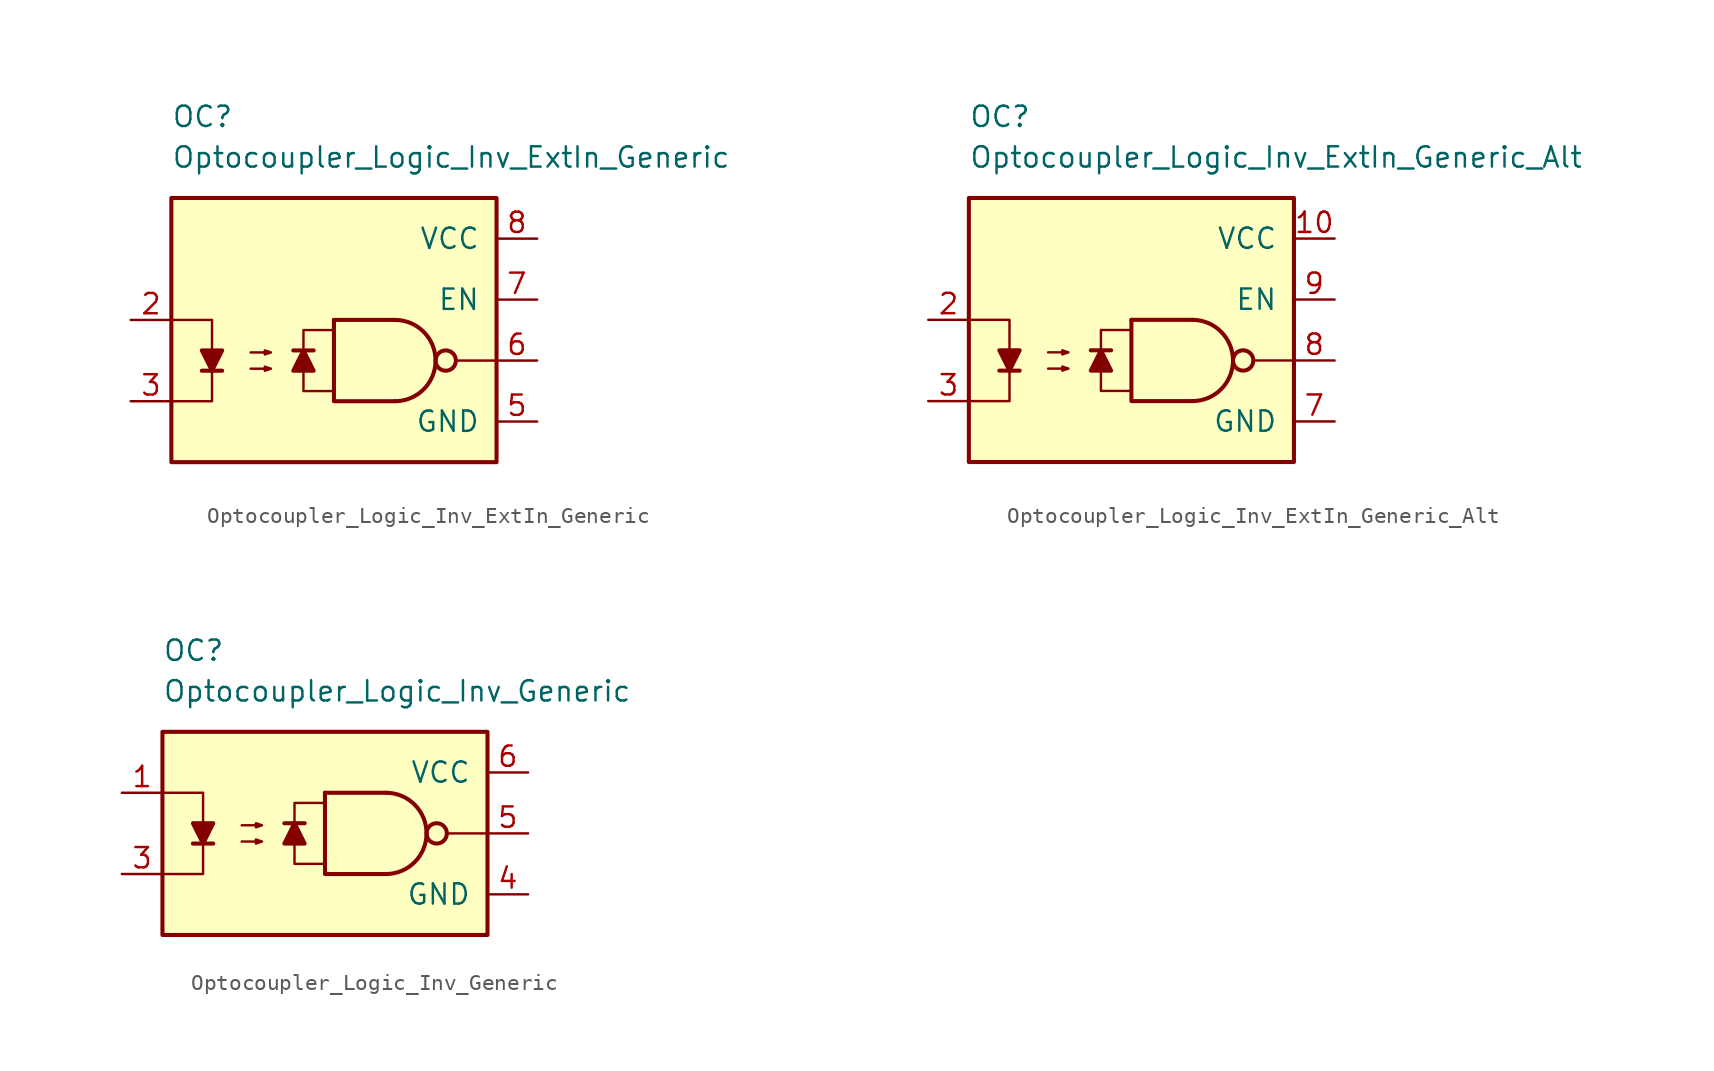
<source format=kicad_sym>
(kicad_symbol_lib
  (version 20211014)
  (generator kicad_symbol_editor)
  (symbol "Optocoupler_Logic_Inv_ExtIn_Generic"
    (pin_names
      (offset 1.016))
    (property "Reference" "OC"
      (at -10.16 15.24 0)
      (effects (font (size 1.27 1.27)) (justify left)))
    (property "Value" "Optocoupler_Logic_Inv_ExtIn_Generic"
      (at -10.16 12.7 0)
      (effects (font (size 1.27 1.27)) (justify left)))
    (symbol "Optocoupler_Logic_Inv_ExtIn_Generic_0_0"
      (rectangle (start -10.16 10.16) (end 10.16 -6.35) (stroke (width 0.254) (type default) (color 0 0 0 0)) (fill (type background)))
      (polyline (pts (xy 10.16 0) (xy 7.62 0)) (stroke (width 0) (type default) (color 0 0 0 0)) (fill (type none))))
    (symbol "Optocoupler_Logic_Inv_ExtIn_Generic_0_1"
      (polyline (pts (xy -8.255 -0.635) (xy -6.985 -0.635)) (stroke (width 0.254) (type default) (color 0 0 0 0)) (fill (type none)))
      (polyline (pts (xy 0 2.54) (xy 3.81 2.54)) (stroke (width 0.254) (type default) (color 0 0 0 0)) (fill (type none)))
      (polyline (pts (xy -10.16 2.54) (xy -7.62 2.54) (xy -7.62 -0.635)) (stroke (width 0) (type default) (color 0 0 0 0)) (fill (type none)))
      (polyline (pts (xy -7.62 -0.635) (xy -7.62 -2.54) (xy -10.16 -2.54)) (stroke (width 0) (type default) (color 0 0 0 0)) (fill (type none)))
      (polyline (pts (xy 0 2.54) (xy 0 -2.54) (xy 3.81 -2.54)) (stroke (width 0.254) (type default) (color 0 0 0 0)) (fill (type none)))
      (polyline (pts (xy -7.62 -0.635) (xy -8.255 0.635) (xy -6.985 0.635) (xy -7.62 -0.635)) (stroke (width 0.254) (type default) (color 0 0 0 0)) (fill (type outline)))
      (polyline (pts (xy -5.207 -0.508) (xy -3.937 -0.508) (xy -4.318 -0.635) (xy -4.318 -0.381) (xy -3.937 -0.508)) (stroke (width 0) (type default) (color 0 0 0 0)) (fill (type none)))
      (polyline (pts (xy -5.207 0.508) (xy -3.937 0.508) (xy -4.318 0.381) (xy -4.318 0.635) (xy -3.937 0.508)) (stroke (width 0) (type default) (color 0 0 0 0)) (fill (type none)))
      (arc (start 3.81 -2.54) (mid 6.35 0) (end 3.81 2.54) (stroke (width 0.254) (type default) (color 0 0 0 0)) (fill (type none)))
      (circle (center 6.985 0) (radius 0.635) (stroke (width 0.254) (type default) (color 0 0 0 0)) (fill (type none))))
    (symbol "Optocoupler_Logic_Inv_ExtIn_Generic_1_1"
      (polyline (pts (xy -1.27 0.635) (xy -2.54 0.635)) (stroke (width 0.254) (type default) (color 0 0 0 0)) (fill (type none)))
      (polyline (pts (xy -1.905 0.635) (xy -1.27 -0.635) (xy -2.54 -0.635) (xy -1.905 0.635)) (stroke (width 0.254) (type default) (color 0 0 0 0)) (fill (type outline)))
      (polyline (pts (xy 0 -1.905) (xy -1.905 -1.905) (xy -1.905 1.905) (xy 0 1.905)) (stroke (width 0.152) (type default) (color 0 0 0 0)) (fill (type none)))
      (pin no_connect line (at -1.27 7.62 0) (length 2.54) hide (name "NC" (effects (font (size 1.27 1.27)))) (number "1" (effects (font (size 1.27 1.27)))))
      (pin passive line (at -12.7 2.54 0) (length 2.54) (name "~" (effects (font (size 1.27 1.27)))) (number "2" (effects (font (size 1.27 1.27)))))
      (pin passive line (at -12.7 -2.54 0) (length 2.54) (name "~" (effects (font (size 1.27 1.27)))) (number "3" (effects (font (size 1.27 1.27)))))
      (pin no_connect line (at -1.27 5.08 0) (length 2.54) hide (name "NC" (effects (font (size 1.27 1.27)))) (number "4" (effects (font (size 1.27 1.27)))))
      (pin power_in line (at 12.7 -3.81 180) (length 2.54) (name "GND" (effects (font (size 1.27 1.27)))) (number "5" (effects (font (size 1.27 1.27)))))
      (pin output line (at 12.7 0 180) (length 2.54) (name "~" (effects (font (size 1.27 1.27)))) (number "6" (effects (font (size 1.27 1.27)))))
      (pin input line (at 12.7 3.81 180) (length 2.54) (name "EN" (effects (font (size 1.27 1.27)))) (number "7" (effects (font (size 1.27 1.27)))))
      (pin power_in line (at 12.7 7.62 180) (length 2.54) (name "VCC" (effects (font (size 1.27 1.27)))) (number "8" (effects (font (size 1.27 1.27)))))))
  (symbol "Optocoupler_Logic_Inv_ExtIn_Generic_Alt"
    (pin_names
      (offset 1.016))
    (property "Reference" "OC"
      (at -10.16 15.24 0)
      (effects (font (size 1.27 1.27)) (justify left)))
    (property "Value" "Optocoupler_Logic_Inv_ExtIn_Generic_Alt"
      (at -10.16 12.7 0)
      (effects (font (size 1.27 1.27)) (justify left)))
    (symbol "Optocoupler_Logic_Inv_ExtIn_Generic_Alt_0_0"
      (rectangle (start -10.16 10.16) (end 10.16 -6.35) (stroke (width 0.254) (type default) (color 0 0 0 0)) (fill (type background)))
      (polyline (pts (xy 10.16 0) (xy 7.62 0)) (stroke (width 0) (type default) (color 0 0 0 0)) (fill (type none))))
    (symbol "Optocoupler_Logic_Inv_ExtIn_Generic_Alt_0_1"
      (polyline (pts (xy -8.255 -0.635) (xy -6.985 -0.635)) (stroke (width 0.254) (type default) (color 0 0 0 0)) (fill (type none)))
      (polyline (pts (xy 0 2.54) (xy 3.81 2.54)) (stroke (width 0.254) (type default) (color 0 0 0 0)) (fill (type none)))
      (polyline (pts (xy -10.16 2.54) (xy -7.62 2.54) (xy -7.62 -0.635)) (stroke (width 0) (type default) (color 0 0 0 0)) (fill (type none)))
      (polyline (pts (xy -7.62 -0.635) (xy -7.62 -2.54) (xy -10.16 -2.54)) (stroke (width 0) (type default) (color 0 0 0 0)) (fill (type none)))
      (polyline (pts (xy 0 2.54) (xy 0 -2.54) (xy 3.81 -2.54)) (stroke (width 0.254) (type default) (color 0 0 0 0)) (fill (type none)))
      (polyline (pts (xy -7.62 -0.635) (xy -8.255 0.635) (xy -6.985 0.635) (xy -7.62 -0.635)) (stroke (width 0.254) (type default) (color 0 0 0 0)) (fill (type outline)))
      (polyline (pts (xy -5.207 -0.508) (xy -3.937 -0.508) (xy -4.318 -0.635) (xy -4.318 -0.381) (xy -3.937 -0.508)) (stroke (width 0) (type default) (color 0 0 0 0)) (fill (type none)))
      (polyline (pts (xy -5.207 0.508) (xy -3.937 0.508) (xy -4.318 0.381) (xy -4.318 0.635) (xy -3.937 0.508)) (stroke (width 0) (type default) (color 0 0 0 0)) (fill (type none)))
      (arc (start 3.81 -2.54) (mid 6.35 0) (end 3.81 2.54) (stroke (width 0.254) (type default) (color 0 0 0 0)) (fill (type none)))
      (circle (center 6.985 0) (radius 0.635) (stroke (width 0.254) (type default) (color 0 0 0 0)) (fill (type none))))
    (symbol "Optocoupler_Logic_Inv_ExtIn_Generic_Alt_1_1"
      (polyline (pts (xy -1.27 0.635) (xy -2.54 0.635)) (stroke (width 0.254) (type default) (color 0 0 0 0)) (fill (type none)))
      (polyline (pts (xy -1.905 0.635) (xy -1.27 -0.635) (xy -2.54 -0.635) (xy -1.905 0.635)) (stroke (width 0.254) (type default) (color 0 0 0 0)) (fill (type outline)))
      (polyline (pts (xy 0 -1.905) (xy -1.905 -1.905) (xy -1.905 1.905) (xy 0 1.905)) (stroke (width 0.152) (type default) (color 0 0 0 0)) (fill (type none)))
      (pin no_connect line (at 0 6.35 0) (length 2.54) hide (name "NC" (effects (font (size 1.27 1.27)))) (number "1" (effects (font (size 1.27 1.27)))))
      (pin power_in line (at 12.7 7.62 180) (length 2.54) (name "VCC" (effects (font (size 1.27 1.27)))) (number "10" (effects (font (size 1.27 1.27)))))
      (pin passive line (at -12.7 2.54 0) (length 2.54) (name "~" (effects (font (size 1.27 1.27)))) (number "2" (effects (font (size 1.27 1.27)))))
      (pin passive line (at -12.7 -2.54 0) (length 2.54) (name "~" (effects (font (size 1.27 1.27)))) (number "3" (effects (font (size 1.27 1.27)))))
      (pin no_connect line (at 0 3.81 0) (length 2.54) hide (name "NC" (effects (font (size 1.27 1.27)))) (number "4" (effects (font (size 1.27 1.27)))))
      (pin no_connect line (at 0 1.27 0) (length 2.54) hide (name "NC" (effects (font (size 1.27 1.27)))) (number "5" (effects (font (size 1.27 1.27)))))
      (pin no_connect line (at 0 -1.27 0) (length 2.54) hide (name "NC" (effects (font (size 1.27 1.27)))) (number "6" (effects (font (size 1.27 1.27)))))
      (pin power_in line (at 12.7 -3.81 180) (length 2.54) (name "GND" (effects (font (size 1.27 1.27)))) (number "7" (effects (font (size 1.27 1.27)))))
      (pin output line (at 12.7 0 180) (length 2.54) (name "~" (effects (font (size 1.27 1.27)))) (number "8" (effects (font (size 1.27 1.27)))))
      (pin input line (at 12.7 3.81 180) (length 2.54) (name "EN" (effects (font (size 1.27 1.27)))) (number "9" (effects (font (size 1.27 1.27)))))))
  (symbol "Optocoupler_Logic_Inv_Generic"
    (pin_names
      (offset 1.016))
    (property "Reference" "OC"
      (at -10.16 11.43 0)
      (effects (font (size 1.27 1.27)) (justify left)))
    (property "Value" "Optocoupler_Logic_Inv_Generic"
      (at -10.16 8.89 0)
      (effects (font (size 1.27 1.27)) (justify left)))
    (symbol "Optocoupler_Logic_Inv_Generic_0_0"
      (rectangle (start -10.16 6.35) (end 10.16 -6.35) (stroke (width 0.254) (type default) (color 0 0 0 0)) (fill (type background)))
      (polyline (pts (xy 10.16 0) (xy 7.62 0)) (stroke (width 0) (type default) (color 0 0 0 0)) (fill (type none))))
    (symbol "Optocoupler_Logic_Inv_Generic_0_1"
      (polyline (pts (xy -8.255 -0.635) (xy -6.985 -0.635)) (stroke (width 0.254) (type default) (color 0 0 0 0)) (fill (type none)))
      (polyline (pts (xy 0 2.54) (xy 3.81 2.54)) (stroke (width 0.254) (type default) (color 0 0 0 0)) (fill (type none)))
      (polyline (pts (xy -10.16 2.54) (xy -7.62 2.54) (xy -7.62 -0.635)) (stroke (width 0) (type default) (color 0 0 0 0)) (fill (type none)))
      (polyline (pts (xy -7.62 -0.635) (xy -7.62 -2.54) (xy -10.16 -2.54)) (stroke (width 0) (type default) (color 0 0 0 0)) (fill (type none)))
      (polyline (pts (xy 0 2.54) (xy 0 -2.54) (xy 3.81 -2.54)) (stroke (width 0.254) (type default) (color 0 0 0 0)) (fill (type none)))
      (polyline (pts (xy -7.62 -0.635) (xy -8.255 0.635) (xy -6.985 0.635) (xy -7.62 -0.635)) (stroke (width 0.254) (type default) (color 0 0 0 0)) (fill (type outline)))
      (polyline (pts (xy -5.207 -0.508) (xy -3.937 -0.508) (xy -4.318 -0.635) (xy -4.318 -0.381) (xy -3.937 -0.508)) (stroke (width 0) (type default) (color 0 0 0 0)) (fill (type none)))
      (polyline (pts (xy -5.207 0.508) (xy -3.937 0.508) (xy -4.318 0.381) (xy -4.318 0.635) (xy -3.937 0.508)) (stroke (width 0) (type default) (color 0 0 0 0)) (fill (type none)))
      (arc (start 3.81 -2.54) (mid 6.35 0) (end 3.81 2.54) (stroke (width 0.254) (type default) (color 0 0 0 0)) (fill (type none)))
      (circle (center 6.985 0) (radius 0.635) (stroke (width 0.254) (type default) (color 0 0 0 0)) (fill (type none))))
    (symbol "Optocoupler_Logic_Inv_Generic_1_1"
      (polyline (pts (xy -1.27 0.635) (xy -2.54 0.635)) (stroke (width 0.254) (type default) (color 0 0 0 0)) (fill (type none)))
      (polyline (pts (xy -1.905 0.635) (xy -1.27 -0.635) (xy -2.54 -0.635) (xy -1.905 0.635)) (stroke (width 0.254) (type default) (color 0 0 0 0)) (fill (type outline)))
      (polyline (pts (xy 0 -1.905) (xy -1.905 -1.905) (xy -1.905 1.905) (xy 0 1.905)) (stroke (width 0.152) (type default) (color 0 0 0 0)) (fill (type none)))
      (pin passive line (at -12.7 2.54 0) (length 2.54) (name "~" (effects (font (size 1.27 1.27)))) (number "1" (effects (font (size 1.27 1.27)))))
      (pin no_connect line (at 0 0 0) (length 2.54) hide (name "NC" (effects (font (size 1.27 1.27)))) (number "2" (effects (font (size 1.27 1.27)))))
      (pin passive line (at -12.7 -2.54 0) (length 2.54) (name "~" (effects (font (size 1.27 1.27)))) (number "3" (effects (font (size 1.27 1.27)))))
      (pin power_in line (at 12.7 -3.81 180) (length 2.54) (name "GND" (effects (font (size 1.27 1.27)))) (number "4" (effects (font (size 1.27 1.27)))))
      (pin output line (at 12.7 0 180) (length 2.54) (name "~" (effects (font (size 1.27 1.27)))) (number "5" (effects (font (size 1.27 1.27)))))
      (pin power_in line (at 12.7 3.81 180) (length 2.54) (name "VCC" (effects (font (size 1.27 1.27)))) (number "6" (effects (font (size 1.27 1.27))))))))
</source>
